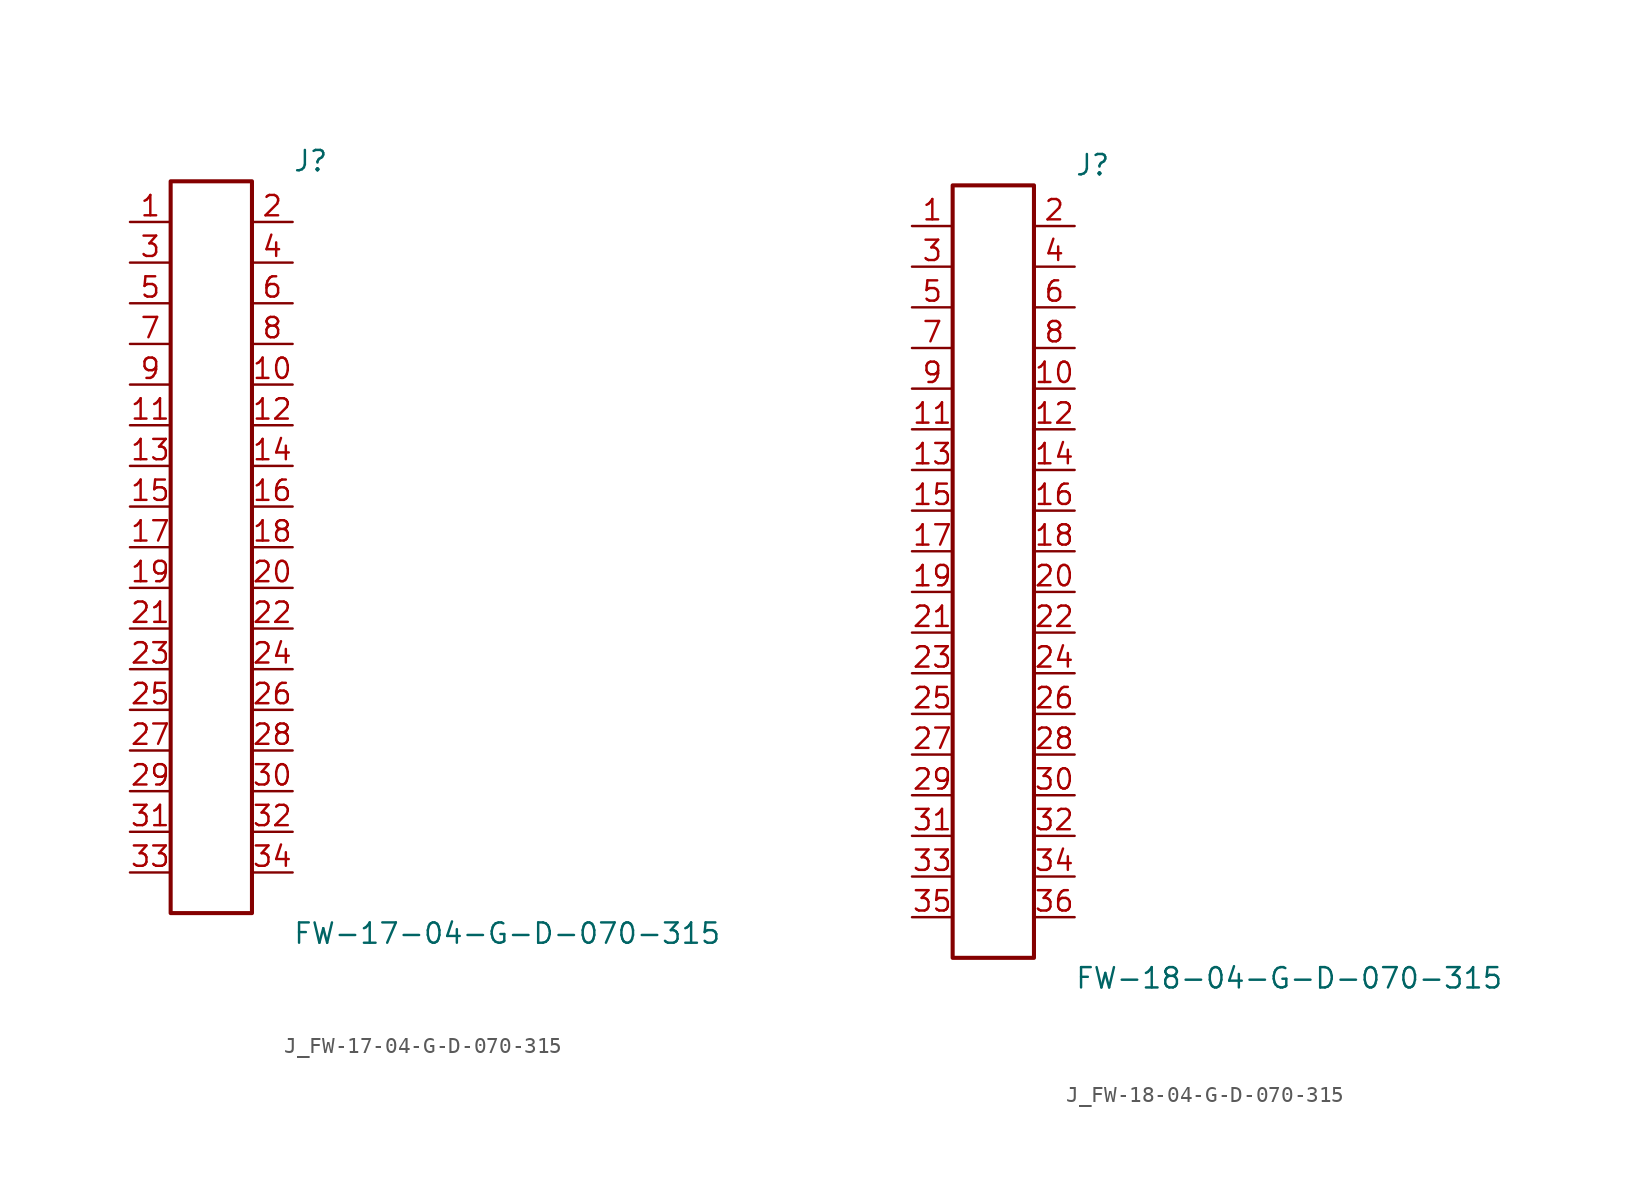
<source format=kicad_sym>
(kicad_symbol_lib
  (version 20231120)
  (generator kicad_symbol_editor)
  (generator_version 8.0)
  (symbol "J_FW-17-04-G-D-070-315"
    (pin_names
      (offset 0.254))
    (property "Reference" "J"
      (at 5.08 24.13 0)
      (effects (font (size 1.27 1.27)) (justify left)))
    (property "Value" "FW-17-04-G-D-070-315"
      (at 5.08 -24.13 0)
      (effects (font (size 1.27 1.27)) (justify left)))
    (symbol "J_FW-17-04-G-D-070-315_0_0"
      (pin passive line (at -5.08 20.32 0) (length 2.54) (name "" (effects (font (size 1.27 1.27)))) (number "1" (effects (font (size 1.27 1.27)))))
      (pin passive line (at 5.08 20.32 180) (length 2.54) (name "" (effects (font (size 1.27 1.27)))) (number "2" (effects (font (size 1.27 1.27)))))
      (pin passive line (at -5.08 17.78 0) (length 2.54) (name "" (effects (font (size 1.27 1.27)))) (number "3" (effects (font (size 1.27 1.27)))))
      (pin passive line (at 5.08 17.78 180) (length 2.54) (name "" (effects (font (size 1.27 1.27)))) (number "4" (effects (font (size 1.27 1.27)))))
      (pin passive line (at -5.08 15.24 0) (length 2.54) (name "" (effects (font (size 1.27 1.27)))) (number "5" (effects (font (size 1.27 1.27)))))
      (pin passive line (at 5.08 15.24 180) (length 2.54) (name "" (effects (font (size 1.27 1.27)))) (number "6" (effects (font (size 1.27 1.27)))))
      (pin passive line (at -5.08 12.7 0) (length 2.54) (name "" (effects (font (size 1.27 1.27)))) (number "7" (effects (font (size 1.27 1.27)))))
      (pin passive line (at 5.08 12.7 180) (length 2.54) (name "" (effects (font (size 1.27 1.27)))) (number "8" (effects (font (size 1.27 1.27)))))
      (pin passive line (at -5.08 10.16 0) (length 2.54) (name "" (effects (font (size 1.27 1.27)))) (number "9" (effects (font (size 1.27 1.27)))))
      (pin passive line (at 5.08 10.16 180) (length 2.54) (name "" (effects (font (size 1.27 1.27)))) (number "10" (effects (font (size 1.27 1.27)))))
      (pin passive line (at -5.08 7.62 0) (length 2.54) (name "" (effects (font (size 1.27 1.27)))) (number "11" (effects (font (size 1.27 1.27)))))
      (pin passive line (at 5.08 7.62 180) (length 2.54) (name "" (effects (font (size 1.27 1.27)))) (number "12" (effects (font (size 1.27 1.27)))))
      (pin passive line (at -5.08 5.08 0) (length 2.54) (name "" (effects (font (size 1.27 1.27)))) (number "13" (effects (font (size 1.27 1.27)))))
      (pin passive line (at 5.08 5.08 180) (length 2.54) (name "" (effects (font (size 1.27 1.27)))) (number "14" (effects (font (size 1.27 1.27)))))
      (pin passive line (at -5.08 2.54 0) (length 2.54) (name "" (effects (font (size 1.27 1.27)))) (number "15" (effects (font (size 1.27 1.27)))))
      (pin passive line (at 5.08 2.54 180) (length 2.54) (name "" (effects (font (size 1.27 1.27)))) (number "16" (effects (font (size 1.27 1.27)))))
      (pin passive line (at -5.08 0.0 0) (length 2.54) (name "" (effects (font (size 1.27 1.27)))) (number "17" (effects (font (size 1.27 1.27)))))
      (pin passive line (at 5.08 0.0 180) (length 2.54) (name "" (effects (font (size 1.27 1.27)))) (number "18" (effects (font (size 1.27 1.27)))))
      (pin passive line (at -5.08 -2.54 0) (length 2.54) (name "" (effects (font (size 1.27 1.27)))) (number "19" (effects (font (size 1.27 1.27)))))
      (pin passive line (at 5.08 -2.54 180) (length 2.54) (name "" (effects (font (size 1.27 1.27)))) (number "20" (effects (font (size 1.27 1.27)))))
      (pin passive line (at -5.08 -5.08 0) (length 2.54) (name "" (effects (font (size 1.27 1.27)))) (number "21" (effects (font (size 1.27 1.27)))))
      (pin passive line (at 5.08 -5.08 180) (length 2.54) (name "" (effects (font (size 1.27 1.27)))) (number "22" (effects (font (size 1.27 1.27)))))
      (pin passive line (at -5.08 -7.62 0) (length 2.54) (name "" (effects (font (size 1.27 1.27)))) (number "23" (effects (font (size 1.27 1.27)))))
      (pin passive line (at 5.08 -7.62 180) (length 2.54) (name "" (effects (font (size 1.27 1.27)))) (number "24" (effects (font (size 1.27 1.27)))))
      (pin passive line (at -5.08 -10.16 0) (length 2.54) (name "" (effects (font (size 1.27 1.27)))) (number "25" (effects (font (size 1.27 1.27)))))
      (pin passive line (at 5.08 -10.16 180) (length 2.54) (name "" (effects (font (size 1.27 1.27)))) (number "26" (effects (font (size 1.27 1.27)))))
      (pin passive line (at -5.08 -12.7 0) (length 2.54) (name "" (effects (font (size 1.27 1.27)))) (number "27" (effects (font (size 1.27 1.27)))))
      (pin passive line (at 5.08 -12.7 180) (length 2.54) (name "" (effects (font (size 1.27 1.27)))) (number "28" (effects (font (size 1.27 1.27)))))
      (pin passive line (at -5.08 -15.24 0) (length 2.54) (name "" (effects (font (size 1.27 1.27)))) (number "29" (effects (font (size 1.27 1.27)))))
      (pin passive line (at 5.08 -15.24 180) (length 2.54) (name "" (effects (font (size 1.27 1.27)))) (number "30" (effects (font (size 1.27 1.27)))))
      (pin passive line (at -5.08 -17.78 0) (length 2.54) (name "" (effects (font (size 1.27 1.27)))) (number "31" (effects (font (size 1.27 1.27)))))
      (pin passive line (at 5.08 -17.78 180) (length 2.54) (name "" (effects (font (size 1.27 1.27)))) (number "32" (effects (font (size 1.27 1.27)))))
      (pin passive line (at -5.08 -20.32 0) (length 2.54) (name "" (effects (font (size 1.27 1.27)))) (number "33" (effects (font (size 1.27 1.27)))))
      (pin passive line (at 5.08 -20.32 180) (length 2.54) (name "" (effects (font (size 1.27 1.27)))) (number "34" (effects (font (size 1.27 1.27))))))
    (symbol "J_FW-17-04-G-D-070-315_1_0"
      (rectangle (start -2.54 22.86) (end 2.54 -22.86) (stroke (width 0.254) (type solid)) (fill (type none)))))
  (symbol "J_FW-18-04-G-D-070-315"
    (pin_names
      (offset 0.254))
    (property "Reference" "J"
      (at 5.08 25.4 0)
      (effects (font (size 1.27 1.27)) (justify left)))
    (property "Value" "FW-18-04-G-D-070-315"
      (at 5.08 -25.4 0)
      (effects (font (size 1.27 1.27)) (justify left)))
    (symbol "J_FW-18-04-G-D-070-315_0_0"
      (pin passive line (at -5.08 21.59 0) (length 2.54) (name "" (effects (font (size 1.27 1.27)))) (number "1" (effects (font (size 1.27 1.27)))))
      (pin passive line (at 5.08 21.59 180) (length 2.54) (name "" (effects (font (size 1.27 1.27)))) (number "2" (effects (font (size 1.27 1.27)))))
      (pin passive line (at -5.08 19.05 0) (length 2.54) (name "" (effects (font (size 1.27 1.27)))) (number "3" (effects (font (size 1.27 1.27)))))
      (pin passive line (at 5.08 19.05 180) (length 2.54) (name "" (effects (font (size 1.27 1.27)))) (number "4" (effects (font (size 1.27 1.27)))))
      (pin passive line (at -5.08 16.51 0) (length 2.54) (name "" (effects (font (size 1.27 1.27)))) (number "5" (effects (font (size 1.27 1.27)))))
      (pin passive line (at 5.08 16.51 180) (length 2.54) (name "" (effects (font (size 1.27 1.27)))) (number "6" (effects (font (size 1.27 1.27)))))
      (pin passive line (at -5.08 13.97 0) (length 2.54) (name "" (effects (font (size 1.27 1.27)))) (number "7" (effects (font (size 1.27 1.27)))))
      (pin passive line (at 5.08 13.97 180) (length 2.54) (name "" (effects (font (size 1.27 1.27)))) (number "8" (effects (font (size 1.27 1.27)))))
      (pin passive line (at -5.08 11.43 0) (length 2.54) (name "" (effects (font (size 1.27 1.27)))) (number "9" (effects (font (size 1.27 1.27)))))
      (pin passive line (at 5.08 11.43 180) (length 2.54) (name "" (effects (font (size 1.27 1.27)))) (number "10" (effects (font (size 1.27 1.27)))))
      (pin passive line (at -5.08 8.89 0) (length 2.54) (name "" (effects (font (size 1.27 1.27)))) (number "11" (effects (font (size 1.27 1.27)))))
      (pin passive line (at 5.08 8.89 180) (length 2.54) (name "" (effects (font (size 1.27 1.27)))) (number "12" (effects (font (size 1.27 1.27)))))
      (pin passive line (at -5.08 6.35 0) (length 2.54) (name "" (effects (font (size 1.27 1.27)))) (number "13" (effects (font (size 1.27 1.27)))))
      (pin passive line (at 5.08 6.35 180) (length 2.54) (name "" (effects (font (size 1.27 1.27)))) (number "14" (effects (font (size 1.27 1.27)))))
      (pin passive line (at -5.08 3.81 0) (length 2.54) (name "" (effects (font (size 1.27 1.27)))) (number "15" (effects (font (size 1.27 1.27)))))
      (pin passive line (at 5.08 3.81 180) (length 2.54) (name "" (effects (font (size 1.27 1.27)))) (number "16" (effects (font (size 1.27 1.27)))))
      (pin passive line (at -5.08 1.27 0) (length 2.54) (name "" (effects (font (size 1.27 1.27)))) (number "17" (effects (font (size 1.27 1.27)))))
      (pin passive line (at 5.08 1.27 180) (length 2.54) (name "" (effects (font (size 1.27 1.27)))) (number "18" (effects (font (size 1.27 1.27)))))
      (pin passive line (at -5.08 -1.27 0) (length 2.54) (name "" (effects (font (size 1.27 1.27)))) (number "19" (effects (font (size 1.27 1.27)))))
      (pin passive line (at 5.08 -1.27 180) (length 2.54) (name "" (effects (font (size 1.27 1.27)))) (number "20" (effects (font (size 1.27 1.27)))))
      (pin passive line (at -5.08 -3.81 0) (length 2.54) (name "" (effects (font (size 1.27 1.27)))) (number "21" (effects (font (size 1.27 1.27)))))
      (pin passive line (at 5.08 -3.81 180) (length 2.54) (name "" (effects (font (size 1.27 1.27)))) (number "22" (effects (font (size 1.27 1.27)))))
      (pin passive line (at -5.08 -6.35 0) (length 2.54) (name "" (effects (font (size 1.27 1.27)))) (number "23" (effects (font (size 1.27 1.27)))))
      (pin passive line (at 5.08 -6.35 180) (length 2.54) (name "" (effects (font (size 1.27 1.27)))) (number "24" (effects (font (size 1.27 1.27)))))
      (pin passive line (at -5.08 -8.89 0) (length 2.54) (name "" (effects (font (size 1.27 1.27)))) (number "25" (effects (font (size 1.27 1.27)))))
      (pin passive line (at 5.08 -8.89 180) (length 2.54) (name "" (effects (font (size 1.27 1.27)))) (number "26" (effects (font (size 1.27 1.27)))))
      (pin passive line (at -5.08 -11.43 0) (length 2.54) (name "" (effects (font (size 1.27 1.27)))) (number "27" (effects (font (size 1.27 1.27)))))
      (pin passive line (at 5.08 -11.43 180) (length 2.54) (name "" (effects (font (size 1.27 1.27)))) (number "28" (effects (font (size 1.27 1.27)))))
      (pin passive line (at -5.08 -13.97 0) (length 2.54) (name "" (effects (font (size 1.27 1.27)))) (number "29" (effects (font (size 1.27 1.27)))))
      (pin passive line (at 5.08 -13.97 180) (length 2.54) (name "" (effects (font (size 1.27 1.27)))) (number "30" (effects (font (size 1.27 1.27)))))
      (pin passive line (at -5.08 -16.51 0) (length 2.54) (name "" (effects (font (size 1.27 1.27)))) (number "31" (effects (font (size 1.27 1.27)))))
      (pin passive line (at 5.08 -16.51 180) (length 2.54) (name "" (effects (font (size 1.27 1.27)))) (number "32" (effects (font (size 1.27 1.27)))))
      (pin passive line (at -5.08 -19.05 0) (length 2.54) (name "" (effects (font (size 1.27 1.27)))) (number "33" (effects (font (size 1.27 1.27)))))
      (pin passive line (at 5.08 -19.05 180) (length 2.54) (name "" (effects (font (size 1.27 1.27)))) (number "34" (effects (font (size 1.27 1.27)))))
      (pin passive line (at -5.08 -21.59 0) (length 2.54) (name "" (effects (font (size 1.27 1.27)))) (number "35" (effects (font (size 1.27 1.27)))))
      (pin passive line (at 5.08 -21.59 180) (length 2.54) (name "" (effects (font (size 1.27 1.27)))) (number "36" (effects (font (size 1.27 1.27))))))
    (symbol "J_FW-18-04-G-D-070-315_1_0"
      (rectangle (start -2.54 24.13) (end 2.54 -24.13) (stroke (width 0.254) (type solid)) (fill (type none))))))
</source>
